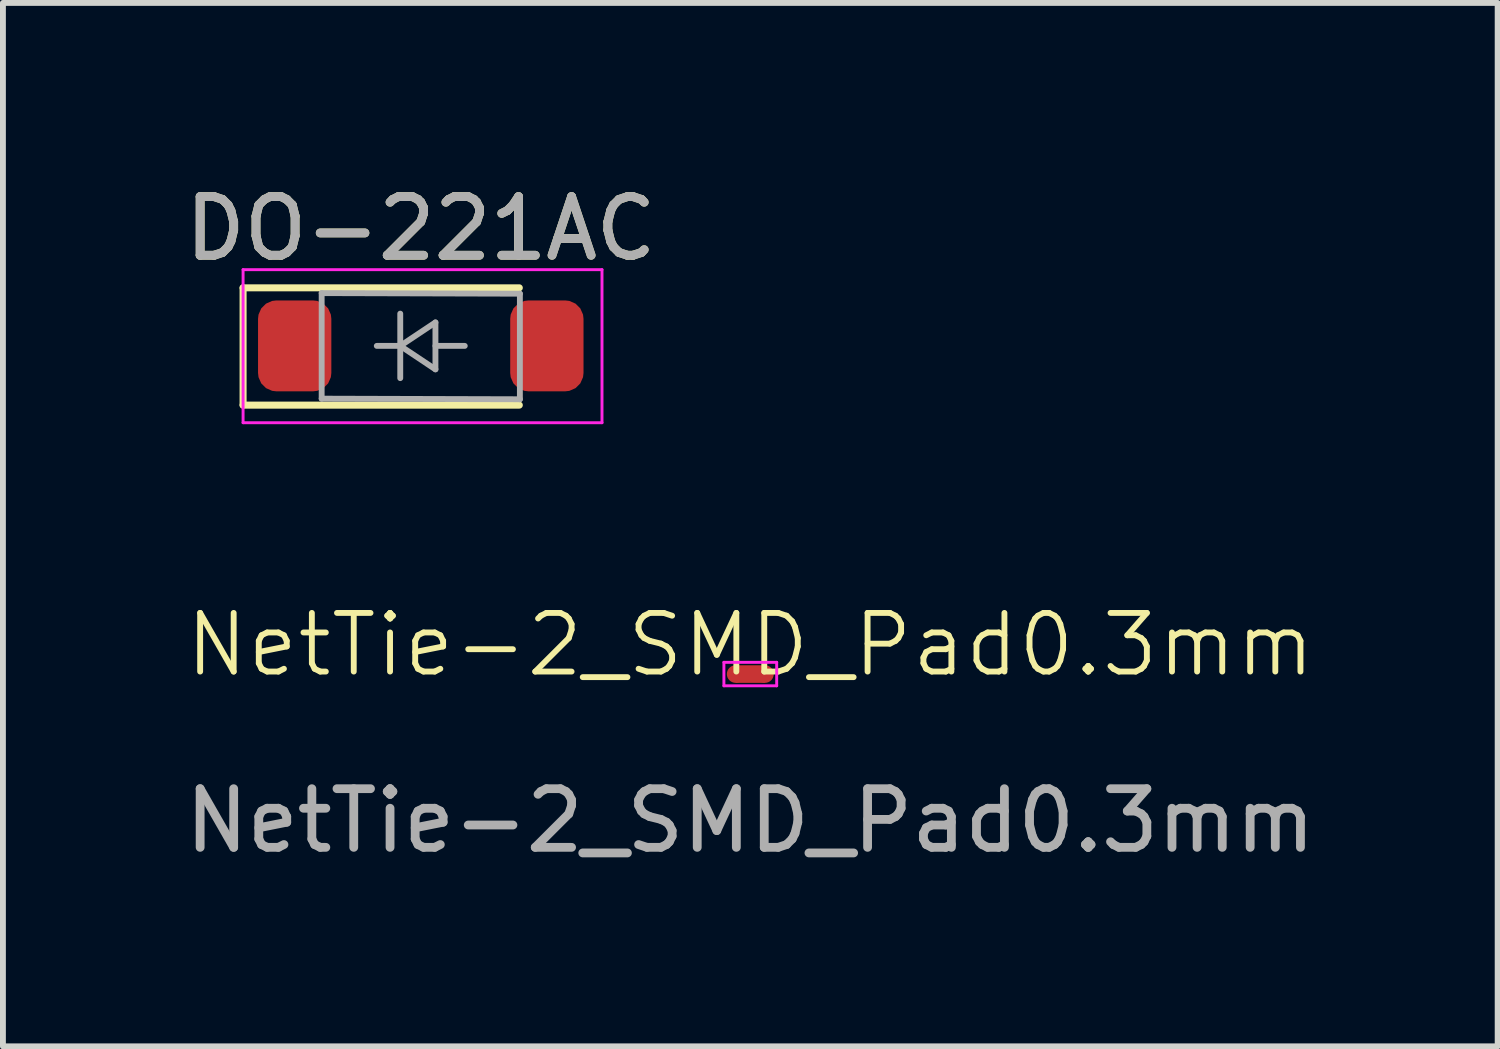
<source format=kicad_pcb>
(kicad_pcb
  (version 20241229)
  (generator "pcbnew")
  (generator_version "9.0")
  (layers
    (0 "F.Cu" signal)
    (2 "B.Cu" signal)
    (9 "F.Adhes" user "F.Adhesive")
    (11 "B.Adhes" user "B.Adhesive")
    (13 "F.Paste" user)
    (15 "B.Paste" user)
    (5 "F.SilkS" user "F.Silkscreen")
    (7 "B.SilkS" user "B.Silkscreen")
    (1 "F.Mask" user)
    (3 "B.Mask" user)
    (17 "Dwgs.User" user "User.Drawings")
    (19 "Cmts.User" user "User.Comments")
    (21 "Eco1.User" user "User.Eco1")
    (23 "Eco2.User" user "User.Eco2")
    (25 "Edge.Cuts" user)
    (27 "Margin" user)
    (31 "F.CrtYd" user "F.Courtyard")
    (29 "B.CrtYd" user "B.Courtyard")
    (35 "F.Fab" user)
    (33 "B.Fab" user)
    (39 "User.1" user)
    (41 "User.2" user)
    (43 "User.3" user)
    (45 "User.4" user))
  (footprint "NetTie-2_SMD_Pad0.3mm"
    (layer "F.Cu")
    (at 9.744 8.444)
    (property "Reference" "NetTie-2_SMD_Pad0.3mm" (at 0 -0.5 0) (unlocked yes) (layer "F.SilkS") (effects (font (size 1 1) (thickness 0.1))))
    (attr smd)
    (fp_poly (pts (xy -0.25 -0.15) (xy 0.25 -0.15) (xy 0.25 0.15) (xy -0.25 0.15)) (stroke (width 0) (type solid)) (fill yes) (layer "F.Cu"))
    (fp_line (start -0.45 -0.2) (end -0.45 0.2) (stroke (width 0.05) (type solid)) (layer "F.CrtYd"))
    (fp_line (start -0.45 0.2) (end 0.45 0.2) (stroke (width 0.05) (type solid)) (layer "F.CrtYd"))
    (fp_line (start 0.45 -0.2) (end -0.45 -0.2) (stroke (width 0.05) (type solid)) (layer "F.CrtYd"))
    (fp_line (start 0.45 0.2) (end 0.45 -0.2) (stroke (width 0.05) (type solid)) (layer "F.CrtYd"))
    (fp_text user "${REFERENCE}" (at 0 2.5 0) (unlocked yes) (layer "F.Fab") (effects (font (size 1 1) (thickness 0.15))))
    (pad "1" smd circle (at -0.25 0) (size 0.3 0.3) (layers "F.Cu"))
    (pad "2" smd circle (at 0.25 0) (size 0.3 0.3) (layers "F.Cu")))
  (footprint "DO-221AC"
    (layer "F.Cu")
    (at 4.125 2.848)
    (property "Reference" "DO-221AC" (at 0 -2 0) (layer "F.SilkS") (effects (font (size 1 1) (thickness 0.15))))
    (attr smd)
    (fp_line (start -3.03 -0.99) (end -3.03 1.01) (stroke (width 0.12) (type solid)) (layer "F.SilkS"))
    (fp_line (start -3.03 -0.99) (end 1.68 -0.99) (stroke (width 0.12) (type solid)) (layer "F.SilkS"))
    (fp_line (start -3.03 1.01) (end 1.68 1.01) (stroke (width 0.12) (type solid)) (layer "F.SilkS"))
    (fp_line (start -3.03 -1.3) (end -3.03 1.31) (stroke (width 0.05) (type solid)) (layer "F.CrtYd"))
    (fp_line (start -3.03 -1.3) (end 3.09 -1.3) (stroke (width 0.05) (type solid)) (layer "F.CrtYd"))
    (fp_line (start 3.09 -1.3) (end 3.09 1.31) (stroke (width 0.05) (type solid)) (layer "F.CrtYd"))
    (fp_line (start 3.09 1.31) (end -3.03 1.31) (stroke (width 0.05) (type solid)) (layer "F.CrtYd"))
    (fp_line (start -1.69 -0.9) (end 1.69 -0.89) (stroke (width 0.1) (type solid)) (layer "F.Fab"))
    (fp_line (start -1.69 0.9) (end -1.69 -0.9) (stroke (width 0.1) (type solid)) (layer "F.Fab"))
    (fp_line (start -0.75 0) (end -0.35 0) (stroke (width 0.1) (type solid)) (layer "F.Fab"))
    (fp_line (start -0.35 0) (end -0.35 -0.55) (stroke (width 0.1) (type solid)) (layer "F.Fab"))
    (fp_line (start -0.35 0) (end -0.35 0.55) (stroke (width 0.1) (type solid)) (layer "F.Fab"))
    (fp_line (start -0.35 0) (end 0.25 -0.4) (stroke (width 0.1) (type solid)) (layer "F.Fab"))
    (fp_line (start 0.25 -0.4) (end 0.25 0.4) (stroke (width 0.1) (type solid)) (layer "F.Fab"))
    (fp_line (start 0.25 0) (end 0.75 0) (stroke (width 0.1) (type solid)) (layer "F.Fab"))
    (fp_line (start 0.25 0.4) (end -0.35 0) (stroke (width 0.1) (type solid)) (layer "F.Fab"))
    (fp_line (start 1.69 -0.89) (end 1.69 0.91) (stroke (width 0.1) (type solid)) (layer "F.Fab"))
    (fp_line (start 1.69 0.91) (end -1.69 0.9) (stroke (width 0.1) (type solid)) (layer "F.Fab"))
    (fp_text user "${REFERENCE}" (at 0 -2 0) (layer "F.Fab") (effects (font (size 1 1) (thickness 0.15))))
    (pad "1" smd roundrect (at -2.15 0) (size 1.25 1.55) (layers "F.Cu" "F.Mask" "F.Paste") (roundrect_rratio 0.25))
    (pad "2" smd roundrect (at 2.15 0) (size 1.25 1.55) (layers "F.Cu" "F.Mask" "F.Paste") (roundrect_rratio 0.25)))
  (gr_rect
    (start -3 -3)
    (end 22.488 14.792)
    (stroke (width 0.1) (type default))
    (fill no)
    (layer "Edge.Cuts")))
</source>
